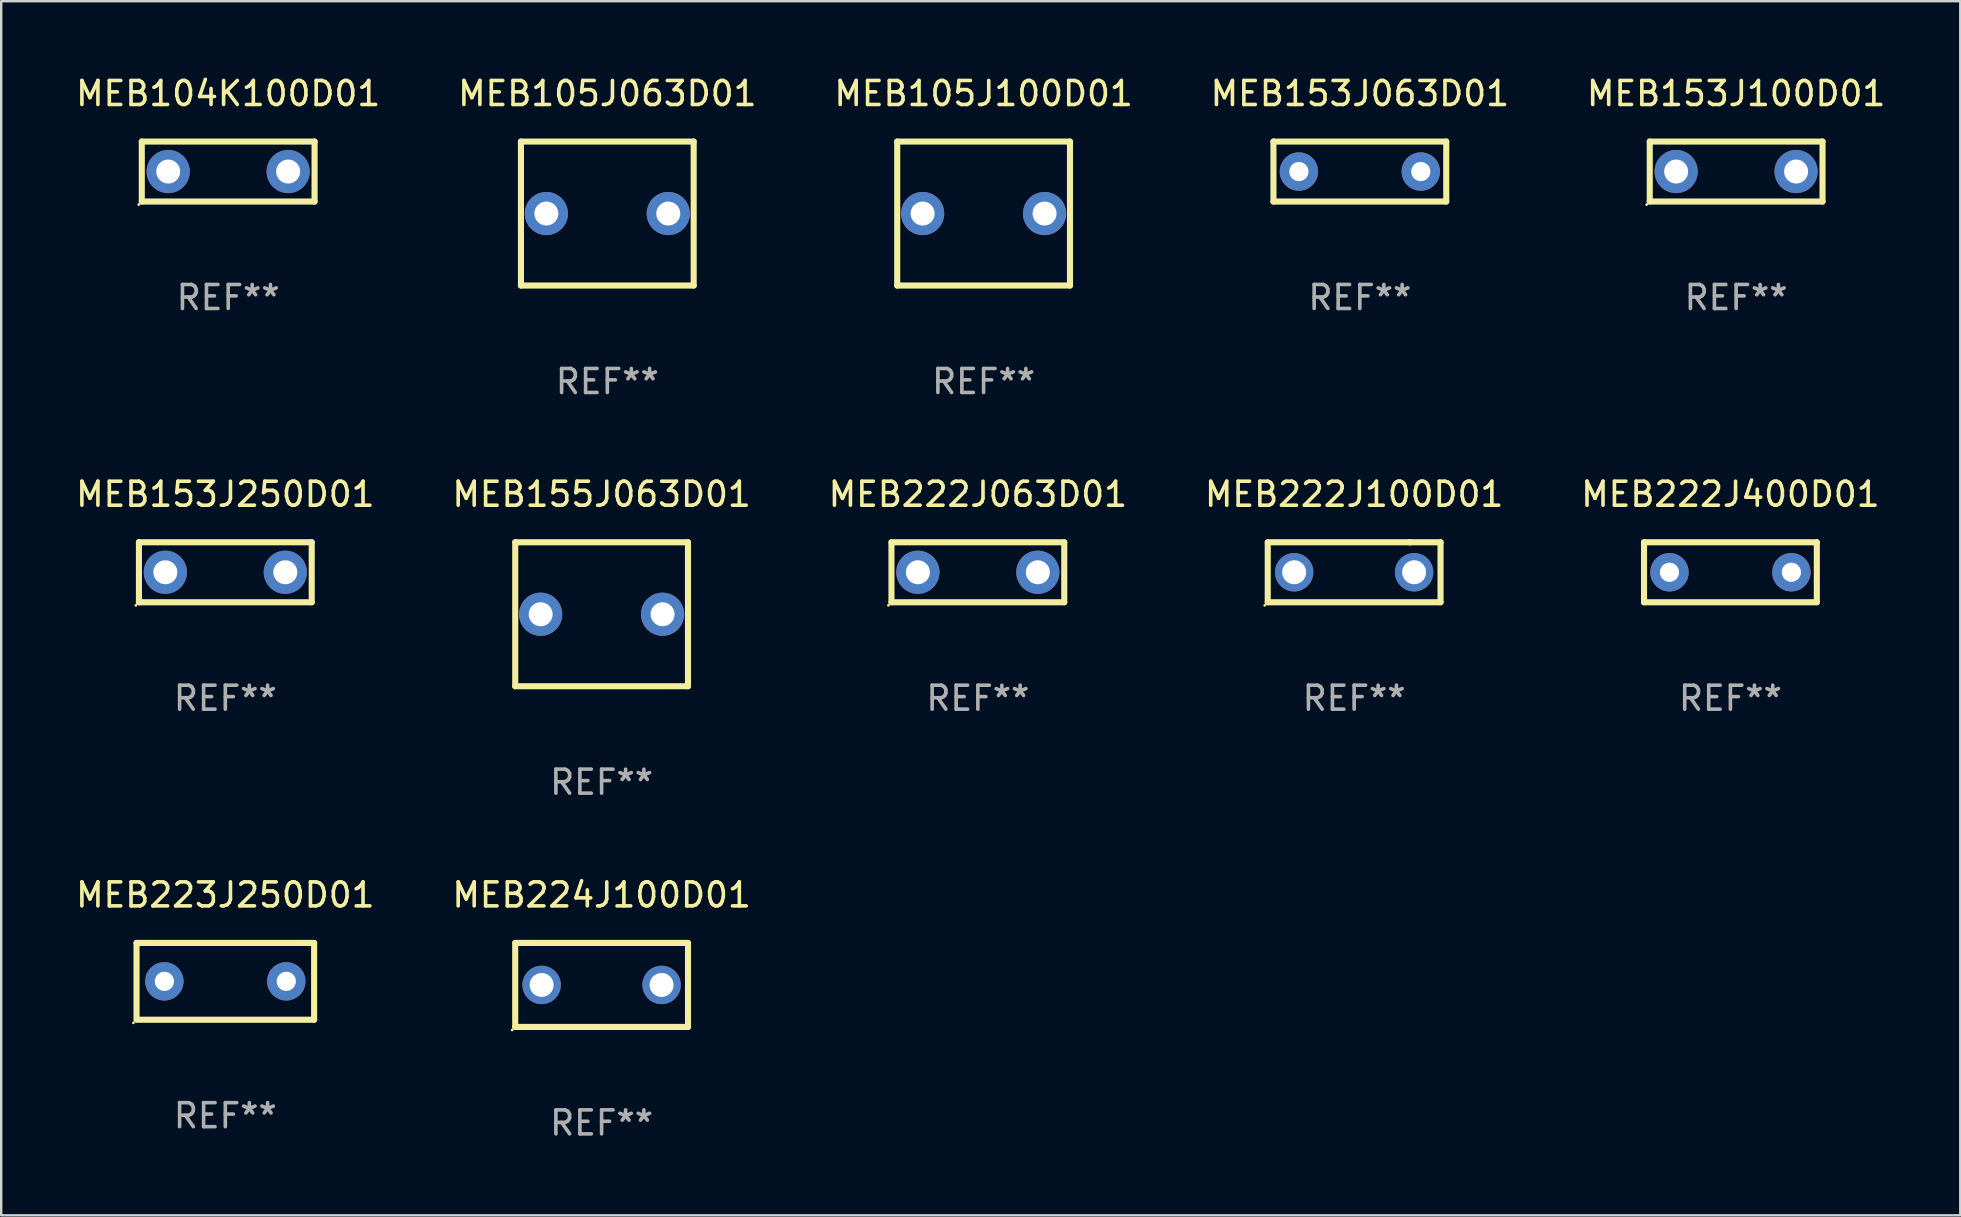
<source format=kicad_pcb>
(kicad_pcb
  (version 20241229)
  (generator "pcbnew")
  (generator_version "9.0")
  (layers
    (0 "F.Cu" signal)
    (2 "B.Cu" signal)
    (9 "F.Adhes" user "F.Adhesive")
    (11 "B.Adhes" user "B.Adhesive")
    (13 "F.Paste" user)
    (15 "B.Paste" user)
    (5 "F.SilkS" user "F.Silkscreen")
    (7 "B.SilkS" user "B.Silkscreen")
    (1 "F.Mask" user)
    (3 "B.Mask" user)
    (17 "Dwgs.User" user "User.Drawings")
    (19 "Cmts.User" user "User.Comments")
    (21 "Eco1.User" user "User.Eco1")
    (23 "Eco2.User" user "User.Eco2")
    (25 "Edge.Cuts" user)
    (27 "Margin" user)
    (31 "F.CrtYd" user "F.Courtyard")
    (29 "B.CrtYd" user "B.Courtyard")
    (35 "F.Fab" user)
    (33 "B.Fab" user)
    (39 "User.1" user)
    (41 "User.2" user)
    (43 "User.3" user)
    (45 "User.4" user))
  (footprint "MEB224J100D01"
    (layer "F.Cu")
    (at 22.018 37.991)
    (property "Reference" "MEB224J100D01" (at 0 -3.75 0) (layer "F.SilkS") (effects (font (size 1 1) (thickness 0.15))))
    (attr through_hole)
    (fp_line (start -3.6 -1.75) (end 3.6 -1.75) (stroke (width 0.254) (type solid)) (layer "F.SilkS"))
    (fp_line (start -3.6 1.75) (end -3.6 -1.75) (stroke (width 0.254) (type solid)) (layer "F.SilkS"))
    (fp_line (start -3.6 1.75) (end 3.6 1.75) (stroke (width 0.254) (type solid)) (layer "F.SilkS"))
    (fp_line (start 3.6 -1.75) (end 3.6 1.75) (stroke (width 0.254) (type solid)) (layer "F.SilkS"))
    (fp_circle (center -3.727 1.877) (end -3.697 1.877) (stroke (width 0.06) (type solid)) (fill no) (layer "F.SilkS"))
    (fp_text user "REF**" (at 0 5.75 0) (layer "F.Fab") (effects (font (size 1 1) (thickness 0.15))))
    (pad "1" thru_hole circle (at -2.499 -0.000013) (size 1.6 1.6) (drill 1) (layers "*.Cu" "*.Mask"))
    (pad "2" thru_hole circle (at 2.499 -0.000013) (size 1.6 1.6) (drill 1) (layers "*.Cu" "*.Mask")))
  (footprint "MEB223J250D01"
    (layer "F.Cu")
    (at 6.339 37.841)
    (property "Reference" "MEB223J250D01" (at 0 -3.6 0) (layer "F.SilkS") (effects (font (size 1 1) (thickness 0.15))))
    (attr through_hole)
    (fp_line (start -3.7 -1.6) (end -3.7 1.524) (stroke (width 0.254) (type solid)) (layer "F.SilkS"))
    (fp_line (start -3.7 -1.6) (end 3.7 -1.6) (stroke (width 0.254) (type solid)) (layer "F.SilkS"))
    (fp_line (start -3.7 1.6) (end 3.7 1.6) (stroke (width 0.254) (type solid)) (layer "F.SilkS"))
    (fp_line (start 3.7 -1.6) (end 3.7 1.6) (stroke (width 0.254) (type solid)) (layer "F.SilkS"))
    (fp_circle (center -3.827 1.727) (end -3.797 1.727) (stroke (width 0.06) (type solid)) (fill no) (layer "F.SilkS"))
    (fp_text user "REF**" (at 0 5.6 0) (layer "F.Fab") (effects (font (size 1 1) (thickness 0.15))))
    (pad "1" thru_hole circle (at -2.54 0) (size 1.6 1.6) (drill 0.8) (layers "*.Cu" "*.Mask"))
    (pad "2" thru_hole circle (at 2.54 0) (size 1.6 1.6) (drill 0.8) (layers "*.Cu" "*.Mask")))
  (footprint "MEB153J250D01"
    (layer "F.Cu")
    (at 6.339 20.795)
    (property "Reference" "MEB153J250D01" (at 0 -3.25 0) (layer "F.SilkS") (effects (font (size 1 1) (thickness 0.15))))
    (attr through_hole)
    (fp_line (start -3.6 -1.25) (end 3.6 -1.25) (stroke (width 0.254) (type solid)) (layer "F.SilkS"))
    (fp_line (start -3.6 1.25) (end -3.6 -1.25) (stroke (width 0.254) (type solid)) (layer "F.SilkS"))
    (fp_line (start -3.6 1.25) (end 3.6 1.25) (stroke (width 0.254) (type solid)) (layer "F.SilkS"))
    (fp_line (start 3.6 -1.25) (end 3.6 1.25) (stroke (width 0.254) (type solid)) (layer "F.SilkS"))
    (fp_circle (center -3.727 1.377) (end -3.697 1.377) (stroke (width 0.06) (type solid)) (fill no) (layer "F.SilkS"))
    (fp_text user "REF**" (at 0 5.25 0) (layer "F.Fab") (effects (font (size 1 1) (thickness 0.15))))
    (pad "1" thru_hole circle (at -2.499 -0.000013) (size 1.8 1.8) (drill 1) (layers "*.Cu" "*.Mask"))
    (pad "2" thru_hole circle (at 2.499 -0.000013) (size 1.8 1.8) (drill 1) (layers "*.Cu" "*.Mask")))
  (footprint "MEB153J100D01"
    (layer "F.Cu")
    (at 69.292 4.098)
    (property "Reference" "MEB153J100D01" (at 0 -3.25 0) (layer "F.SilkS") (effects (font (size 1 1) (thickness 0.15))))
    (attr through_hole)
    (fp_line (start -3.6 -1.25) (end 3.6 -1.25) (stroke (width 0.254) (type solid)) (layer "F.SilkS"))
    (fp_line (start -3.6 1.25) (end -3.6 -1.25) (stroke (width 0.254) (type solid)) (layer "F.SilkS"))
    (fp_line (start -3.6 1.25) (end 3.6 1.25) (stroke (width 0.254) (type solid)) (layer "F.SilkS"))
    (fp_line (start 3.6 -1.25) (end 3.6 1.25) (stroke (width 0.254) (type solid)) (layer "F.SilkS"))
    (fp_circle (center -3.727 1.377) (end -3.697 1.377) (stroke (width 0.06) (type solid)) (fill no) (layer "F.SilkS"))
    (fp_text user "REF**" (at 0 5.25 0) (layer "F.Fab") (effects (font (size 1 1) (thickness 0.15))))
    (pad "1" thru_hole circle (at -2.499 -0.000013) (size 1.8 1.8) (drill 1) (layers "*.Cu" "*.Mask"))
    (pad "2" thru_hole circle (at 2.499 -0.000013) (size 1.8 1.8) (drill 1) (layers "*.Cu" "*.Mask")))
  (footprint "MEB104K100D01"
    (layer "F.Cu")
    (at 6.458 4.098)
    (property "Reference" "MEB104K100D01" (at 0 -3.25 0) (layer "F.SilkS") (effects (font (size 1 1) (thickness 0.15))))
    (attr through_hole)
    (fp_line (start -3.6 -1.25) (end 3.6 -1.25) (stroke (width 0.254) (type solid)) (layer "F.SilkS"))
    (fp_line (start -3.6 1.25) (end -3.6 -1.25) (stroke (width 0.254) (type solid)) (layer "F.SilkS"))
    (fp_line (start -3.6 1.25) (end 3.6 1.25) (stroke (width 0.254) (type solid)) (layer "F.SilkS"))
    (fp_line (start 3.6 -1.25) (end 3.6 1.25) (stroke (width 0.254) (type solid)) (layer "F.SilkS"))
    (fp_circle (center -3.727 1.377) (end -3.697 1.377) (stroke (width 0.06) (type solid)) (fill no) (layer "F.SilkS"))
    (fp_text user "REF**" (at 0 5.25 0) (layer "F.Fab") (effects (font (size 1 1) (thickness 0.15))))
    (pad "1" thru_hole circle (at -2.499 -0.000013) (size 1.8 1.8) (drill 1) (layers "*.Cu" "*.Mask"))
    (pad "2" thru_hole circle (at 2.499 -0.000013) (size 1.8 1.8) (drill 1) (layers "*.Cu" "*.Mask")))
  (footprint "MEB222J100D01"
    (layer "F.Cu")
    (at 53.375 20.795)
    (property "Reference" "MEB222J100D01" (at 0 -3.25 0) (layer "F.SilkS") (effects (font (size 1 1) (thickness 0.15))))
    (attr through_hole)
    (fp_line (start -3.6 1.25) (end -3.6 -1.25) (stroke (width 0.254) (type solid)) (layer "F.SilkS"))
    (fp_line (start -3.6 1.25) (end 3.6 1.25) (stroke (width 0.254) (type solid)) (layer "F.SilkS"))
    (fp_line (start -3.6 -1.25) (end 2.326 -1.25) (stroke (width 0.254) (type solid)) (layer "F.SilkS"))
    (fp_line (start 2.326 -1.25) (end 2.326 -1.25) (stroke (width 0.254) (type solid)) (layer "F.SilkS"))
    (fp_line (start 2.326 -1.25) (end 3.6 -1.25) (stroke (width 0.254) (type solid)) (layer "F.SilkS"))
    (fp_line (start 3.6 -1.25) (end 3.6 1.25) (stroke (width 0.254) (type solid)) (layer "F.SilkS"))
    (fp_circle (center -3.727 1.377) (end -3.697 1.377) (stroke (width 0.06) (type solid)) (fill no) (layer "F.SilkS"))
    (fp_text user "REF**" (at 0 5.25 0) (layer "F.Fab") (effects (font (size 1 1) (thickness 0.15))))
    (pad "1" thru_hole circle (at -2.499 -0.000013) (size 1.6 1.6) (drill 1) (layers "*.Cu" "*.Mask"))
    (pad "2" thru_hole circle (at 2.499 -0.000013) (size 1.6 1.6) (drill 1) (layers "*.Cu" "*.Mask")))
  (footprint "MEB153J063D01"
    (layer "F.Cu")
    (at 53.613 4.098)
    (property "Reference" "MEB153J063D01" (at 0 -3.25 0) (layer "F.SilkS") (effects (font (size 1 1) (thickness 0.15))))
    (attr through_hole)
    (fp_line (start -3.6 -1.25) (end -3.6 1.25) (stroke (width 0.254) (type solid)) (layer "F.SilkS"))
    (fp_line (start -3.6 -1.25) (end 3.6 -1.25) (stroke (width 0.254) (type solid)) (layer "F.SilkS"))
    (fp_line (start 3.6 1.25) (end -3.6 1.25) (stroke (width 0.254) (type solid)) (layer "F.SilkS"))
    (fp_line (start 3.6 1.25) (end 3.6 -1.25) (stroke (width 0.254) (type solid)) (layer "F.SilkS"))
    (fp_circle (center -3.6 1.25) (end -3.57 1.25) (stroke (width 0.06) (type solid)) (fill no) (layer "F.SilkS"))
    (fp_text user "REF**" (at 0 5.25 0) (layer "F.Fab") (effects (font (size 1 1) (thickness 0.15))))
    (pad "1" thru_hole circle (at -2.54 0) (size 1.6 1.6) (drill 0.8) (layers "*.Cu" "*.Mask"))
    (pad "2" thru_hole circle (at 2.54 0) (size 1.6 1.6) (drill 0.8) (layers "*.Cu" "*.Mask")))
  (footprint "MEB155J063D01"
    (layer "F.Cu")
    (at 22.018 22.545)
    (property "Reference" "MEB155J063D01" (at 0 -5 0) (layer "F.SilkS") (effects (font (size 1 1) (thickness 0.15))))
    (attr through_hole)
    (fp_line (start -3.599 -3) (end -3.599 3) (stroke (width 0.254) (type solid)) (layer "F.SilkS"))
    (fp_line (start -3.599 -3) (end 3.599 -3) (stroke (width 0.254) (type solid)) (layer "F.SilkS"))
    (fp_line (start 3.599 3) (end -3.599 3) (stroke (width 0.254) (type solid)) (layer "F.SilkS"))
    (fp_line (start 3.599 3) (end 3.599 -3) (stroke (width 0.254) (type solid)) (layer "F.SilkS"))
    (fp_circle (center -3.6 3) (end -3.57 3) (stroke (width 0.06) (type solid)) (fill no) (layer "F.SilkS"))
    (fp_text user "REF**" (at 0 7 0) (layer "F.Fab") (effects (font (size 1 1) (thickness 0.15))))
    (pad "1" thru_hole circle (at -2.54 0) (size 1.8 1.8) (drill 1) (layers "*.Cu" "*.Mask"))
    (pad "2" thru_hole circle (at 2.54 0) (size 1.8 1.8) (drill 1) (layers "*.Cu" "*.Mask")))
  (footprint "MEB222J063D01"
    (layer "F.Cu")
    (at 37.696 20.795)
    (property "Reference" "MEB222J063D01" (at 0 -3.25 0) (layer "F.SilkS") (effects (font (size 1 1) (thickness 0.15))))
    (attr through_hole)
    (fp_line (start -3.6 -1.25) (end 3.6 -1.25) (stroke (width 0.254) (type solid)) (layer "F.SilkS"))
    (fp_line (start -3.6 1.25) (end -3.6 -1.25) (stroke (width 0.254) (type solid)) (layer "F.SilkS"))
    (fp_line (start -3.6 1.25) (end 3.6 1.25) (stroke (width 0.254) (type solid)) (layer "F.SilkS"))
    (fp_line (start 3.6 -1.25) (end 3.6 1.25) (stroke (width 0.254) (type solid)) (layer "F.SilkS"))
    (fp_circle (center -3.727 1.377) (end -3.697 1.377) (stroke (width 0.06) (type solid)) (fill no) (layer "F.SilkS"))
    (fp_text user "REF**" (at 0 5.25 0) (layer "F.Fab") (effects (font (size 1 1) (thickness 0.15))))
    (pad "1" thru_hole circle (at -2.499 -0.000013) (size 1.8 1.8) (drill 1) (layers "*.Cu" "*.Mask"))
    (pad "2" thru_hole circle (at 2.499 -0.000013) (size 1.8 1.8) (drill 1) (layers "*.Cu" "*.Mask")))
  (footprint "MEB105J100D01"
    (layer "F.Cu")
    (at 37.935 5.848)
    (property "Reference" "MEB105J100D01" (at 0 -5 0) (layer "F.SilkS") (effects (font (size 1 1) (thickness 0.15))))
    (attr through_hole)
    (fp_line (start -3.599 -3) (end -3.599 3) (stroke (width 0.254) (type solid)) (layer "F.SilkS"))
    (fp_line (start -3.599 -3) (end 3.599 -3) (stroke (width 0.254) (type solid)) (layer "F.SilkS"))
    (fp_line (start 3.599 3) (end -3.599 3) (stroke (width 0.254) (type solid)) (layer "F.SilkS"))
    (fp_line (start 3.599 3) (end 3.599 -3) (stroke (width 0.254) (type solid)) (layer "F.SilkS"))
    (fp_circle (center -3.6 3) (end -3.57 3) (stroke (width 0.06) (type solid)) (fill no) (layer "F.SilkS"))
    (fp_text user "REF**" (at 0 7 0) (layer "F.Fab") (effects (font (size 1 1) (thickness 0.15))))
    (pad "1" thru_hole circle (at -2.54 0) (size 1.8 1.8) (drill 1) (layers "*.Cu" "*.Mask"))
    (pad "2" thru_hole circle (at 2.54 0) (size 1.8 1.8) (drill 1) (layers "*.Cu" "*.Mask")))
  (footprint "MEB105J063D01"
    (layer "F.Cu")
    (at 22.256 5.848)
    (property "Reference" "MEB105J063D01" (at 0 -5 0) (layer "F.SilkS") (effects (font (size 1 1) (thickness 0.15))))
    (attr through_hole)
    (fp_line (start -3.599 -3) (end -3.599 3) (stroke (width 0.254) (type solid)) (layer "F.SilkS"))
    (fp_line (start -3.599 -3) (end 3.599 -3) (stroke (width 0.254) (type solid)) (layer "F.SilkS"))
    (fp_line (start 3.599 3) (end -3.599 3) (stroke (width 0.254) (type solid)) (layer "F.SilkS"))
    (fp_line (start 3.599 3) (end 3.599 -3) (stroke (width 0.254) (type solid)) (layer "F.SilkS"))
    (fp_circle (center -3.6 3) (end -3.57 3) (stroke (width 0.06) (type solid)) (fill no) (layer "F.SilkS"))
    (fp_text user "REF**" (at 0 7 0) (layer "F.Fab") (effects (font (size 1 1) (thickness 0.15))))
    (pad "1" thru_hole circle (at -2.54 0) (size 1.8 1.8) (drill 1) (layers "*.Cu" "*.Mask"))
    (pad "2" thru_hole circle (at 2.54 0) (size 1.8 1.8) (drill 1) (layers "*.Cu" "*.Mask")))
  (footprint "MEB222J400D01"
    (layer "F.Cu")
    (at 69.054 20.795)
    (property "Reference" "MEB222J400D01" (at 0 -3.25 0) (layer "F.SilkS") (effects (font (size 1 1) (thickness 0.15))))
    (attr through_hole)
    (fp_line (start -3.6 -1.25) (end -3.6 1.25) (stroke (width 0.254) (type solid)) (layer "F.SilkS"))
    (fp_line (start -3.6 -1.25) (end 3.6 -1.25) (stroke (width 0.254) (type solid)) (layer "F.SilkS"))
    (fp_line (start 3.6 1.25) (end -3.6 1.25) (stroke (width 0.254) (type solid)) (layer "F.SilkS"))
    (fp_line (start 3.6 1.25) (end 3.6 -1.25) (stroke (width 0.254) (type solid)) (layer "F.SilkS"))
    (fp_circle (center -3.6 1.25) (end -3.57 1.25) (stroke (width 0.06) (type solid)) (fill no) (layer "F.SilkS"))
    (fp_text user "REF**" (at 0 5.25 0) (layer "F.Fab") (effects (font (size 1 1) (thickness 0.15))))
    (pad "1" thru_hole circle (at -2.54 0) (size 1.6 1.6) (drill 0.8) (layers "*.Cu" "*.Mask"))
    (pad "2" thru_hole circle (at 2.54 0) (size 1.6 1.6) (drill 0.8) (layers "*.Cu" "*.Mask")))
  (gr_rect
    (start -3 -3)
    (end 78.631 47.59)
    (stroke (width 0.1) (type default))
    (fill no)
    (layer "Edge.Cuts")))
</source>
